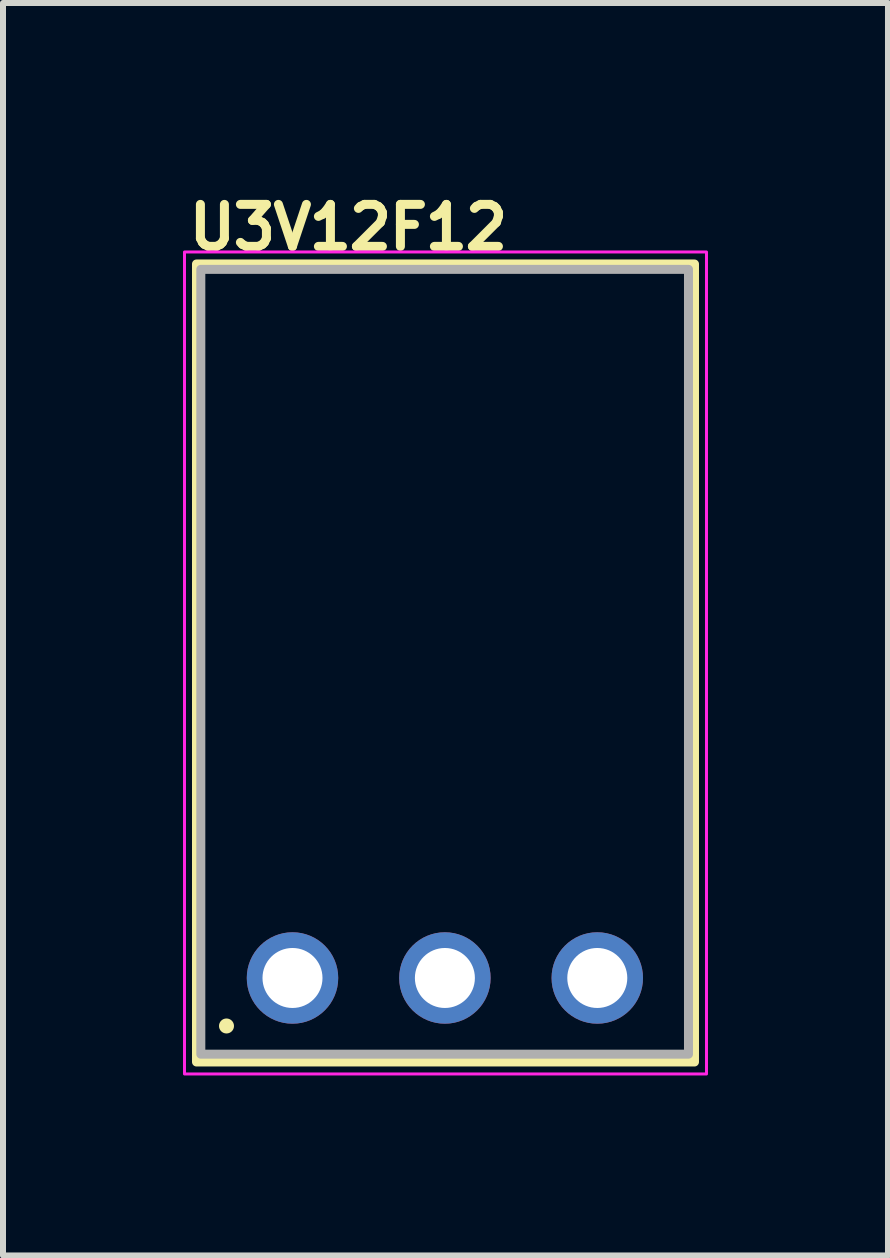
<source format=kicad_pcb>
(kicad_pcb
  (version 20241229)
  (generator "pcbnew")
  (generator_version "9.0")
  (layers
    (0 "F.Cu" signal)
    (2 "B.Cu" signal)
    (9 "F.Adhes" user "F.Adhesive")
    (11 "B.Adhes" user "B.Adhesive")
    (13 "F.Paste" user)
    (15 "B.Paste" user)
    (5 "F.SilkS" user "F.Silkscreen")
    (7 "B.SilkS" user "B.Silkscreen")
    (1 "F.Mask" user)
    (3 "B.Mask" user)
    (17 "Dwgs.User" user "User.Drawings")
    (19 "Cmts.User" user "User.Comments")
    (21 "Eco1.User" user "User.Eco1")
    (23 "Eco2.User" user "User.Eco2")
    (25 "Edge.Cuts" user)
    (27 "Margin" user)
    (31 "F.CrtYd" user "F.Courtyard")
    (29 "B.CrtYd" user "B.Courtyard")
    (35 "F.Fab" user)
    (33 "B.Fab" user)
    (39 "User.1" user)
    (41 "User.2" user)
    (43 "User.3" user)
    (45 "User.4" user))
  (footprint "U3V12F12"
    (layer "F.Cu")
    (at 1.825 13.25)
    (property "Reference" "U3V12F12" (at -1.8 -12.1 0) (unlocked yes) (layer "F.SilkS") (effects (font (size 0.7 0.7) (thickness 0.15)) (justify left bottom)))
    (attr through_hole)
    (fp_rect (start -1.6 -11.9) (end 6.7 1.4) (stroke (width 0.15) (type default)) (fill no) (layer "F.SilkS"))
    (fp_circle (center -1.1 0.8) (end -1.05 0.8) (stroke (width 0.15) (type solid)) (fill yes) (layer "F.SilkS"))
    (fp_rect (start -1.8 -12.1) (end 6.9 1.6) (stroke (width 0.05) (type solid)) (fill no) (layer "F.CrtYd"))
    (fp_rect (start -1.528 -11.811) (end 6.6 1.27) (stroke (width 0.15) (type solid)) (fill no) (layer "F.Fab"))
    (fp_rect (start -1.528 -11.811) (end 6.6 1.27) (stroke (width 0.1) (type solid)) (fill no) (layer "User.5"))
    (fp_line (start -1.513 -11.811) (end -1.513 1.27) (stroke (width 0.02) (type solid)) (layer "User.9"))
    (fp_line (start -1.513 1.27) (end 6.615 1.27) (stroke (width 0.02) (type solid)) (layer "User.9"))
    (fp_line (start -1.107 -7.493) (end -0.809 -7.493) (stroke (width 0.02) (type solid)) (layer "User.9"))
    (fp_line (start -1.107 -5.817) (end -1.107 -7.493) (stroke (width 0.02) (type solid)) (layer "User.9"))
    (fp_line (start -1.107 -5.817) (end -1.065 -5.859) (stroke (width 0.02) (type solid)) (layer "User.9"))
    (fp_line (start -1.065 -7.451) (end -1.107 -7.493) (stroke (width 0.02) (type solid)) (layer "User.9"))
    (fp_line (start -1.065 -7.451) (end -1.062 -7.448) (stroke (width 0.02) (type solid)) (layer "User.9"))
    (fp_line (start -1.065 -7.451) (end 1.849 -7.451) (stroke (width 0.02) (type solid)) (layer "User.9"))
    (fp_line (start -1.065 -5.859) (end -1.065 -7.451) (stroke (width 0.02) (type solid)) (layer "User.9"))
    (fp_line (start -1.062 -7.448) (end -1.056 -7.443) (stroke (width 0.02) (type solid)) (layer "User.9"))
    (fp_line (start -1.062 -5.861) (end -1.065 -5.859) (stroke (width 0.02) (type solid)) (layer "User.9"))
    (fp_line (start -1.056 -7.443) (end -1.04 -7.426) (stroke (width 0.02) (type solid)) (layer "User.9"))
    (fp_line (start -1.056 -5.867) (end -1.062 -5.861) (stroke (width 0.02) (type solid)) (layer "User.9"))
    (fp_line (start -1.04 -7.426) (end -1.04 -5.884) (stroke (width 0.02) (type solid)) (layer "User.9"))
    (fp_line (start -1.04 -5.884) (end -1.056 -5.867) (stroke (width 0.02) (type solid)) (layer "User.9"))
    (fp_line (start -1.04 -5.884) (end 1.824 -5.884) (stroke (width 0.02) (type solid)) (layer "User.9"))
    (fp_line (start -0.809 -8.046) (end -0.809 -8.184) (stroke (width 0.02) (type solid)) (layer "User.9"))
    (fp_line (start -0.809 -8.027) (end -0.809 -8.046) (stroke (width 0.02) (type solid)) (layer "User.9"))
    (fp_line (start -0.809 -8.009) (end -0.809 -8.027) (stroke (width 0.02) (type solid)) (layer "User.9"))
    (fp_line (start -0.809 -7.991) (end -0.809 -8.009) (stroke (width 0.02) (type solid)) (layer "User.9"))
    (fp_line (start -0.809 -7.974) (end -0.809 -7.991) (stroke (width 0.02) (type solid)) (layer "User.9"))
    (fp_line (start -0.809 -7.959) (end -0.809 -7.974) (stroke (width 0.02) (type solid)) (layer "User.9"))
    (fp_line (start -0.809 -7.944) (end -0.809 -7.959) (stroke (width 0.02) (type solid)) (layer "User.9"))
    (fp_line (start -0.809 -7.931) (end -0.809 -7.944) (stroke (width 0.02) (type solid)) (layer "User.9"))
    (fp_line (start -0.809 -7.919) (end -0.809 -7.931) (stroke (width 0.02) (type solid)) (layer "User.9"))
    (fp_line (start -0.809 -7.909) (end -0.809 -7.919) (stroke (width 0.02) (type solid)) (layer "User.9"))
    (fp_line (start -0.809 -7.901) (end -0.809 -7.909) (stroke (width 0.02) (type solid)) (layer "User.9"))
    (fp_line (start -0.809 -7.894) (end -0.809 -7.901) (stroke (width 0.02) (type solid)) (layer "User.9"))
    (fp_line (start -0.809 -7.889) (end -0.809 -7.894) (stroke (width 0.02) (type solid)) (layer "User.9"))
    (fp_line (start -0.809 -7.887) (end -0.809 -7.889) (stroke (width 0.02) (type solid)) (layer "User.9"))
    (fp_line (start -0.809 -7.886) (end -0.809 -7.887) (stroke (width 0.02) (type solid)) (layer "User.9"))
    (fp_line (start -0.809 -7.884) (end -0.809 -7.886) (stroke (width 0.02) (type solid)) (layer "User.9"))
    (fp_line (start -0.809 -7.881) (end -0.809 -7.884) (stroke (width 0.02) (type solid)) (layer "User.9"))
    (fp_line (start -0.809 -7.875) (end -0.809 -7.881) (stroke (width 0.02) (type solid)) (layer "User.9"))
    (fp_line (start -0.809 -7.867) (end -0.809 -7.875) (stroke (width 0.02) (type solid)) (layer "User.9"))
    (fp_line (start -0.809 -7.856) (end -0.809 -7.867) (stroke (width 0.02) (type solid)) (layer "User.9"))
    (fp_line (start -0.809 -7.844) (end -0.809 -7.856) (stroke (width 0.02) (type solid)) (layer "User.9"))
    (fp_line (start -0.809 -7.83) (end -0.809 -7.844) (stroke (width 0.02) (type solid)) (layer "User.9"))
    (fp_line (start -0.809 -7.814) (end -0.809 -7.83) (stroke (width 0.02) (type solid)) (layer "User.9"))
    (fp_line (start -0.809 -7.796) (end -0.809 -7.814) (stroke (width 0.02) (type solid)) (layer "User.9"))
    (fp_line (start -0.809 -7.778) (end -0.809 -7.796) (stroke (width 0.02) (type solid)) (layer "User.9"))
    (fp_line (start -0.809 -7.758) (end -0.809 -7.778) (stroke (width 0.02) (type solid)) (layer "User.9"))
    (fp_line (start -0.809 -7.738) (end -0.809 -7.758) (stroke (width 0.02) (type solid)) (layer "User.9"))
    (fp_line (start -0.809 -7.716) (end -0.809 -7.738) (stroke (width 0.02) (type solid)) (layer "User.9"))
    (fp_line (start -0.809 -7.695) (end -0.809 -7.716) (stroke (width 0.02) (type solid)) (layer "User.9"))
    (fp_line (start -0.809 -7.695) (end -0.809 -7.493) (stroke (width 0.02) (type solid)) (layer "User.9"))
    (fp_line (start -0.809 -7.493) (end -0.312 -7.493) (stroke (width 0.02) (type solid)) (layer "User.9"))
    (fp_line (start -0.809 -5.817) (end -1.107 -5.817) (stroke (width 0.02) (type solid)) (layer "User.9"))
    (fp_line (start -0.809 -5.614) (end -0.809 -5.817) (stroke (width 0.02) (type solid)) (layer "User.9"))
    (fp_line (start -0.809 -5.593) (end -0.809 -5.614) (stroke (width 0.02) (type solid)) (layer "User.9"))
    (fp_line (start -0.809 -5.572) (end -0.809 -5.593) (stroke (width 0.02) (type solid)) (layer "User.9"))
    (fp_line (start -0.809 -5.552) (end -0.809 -5.572) (stroke (width 0.02) (type solid)) (layer "User.9"))
    (fp_line (start -0.809 -5.532) (end -0.809 -5.552) (stroke (width 0.02) (type solid)) (layer "User.9"))
    (fp_line (start -0.809 -5.513) (end -0.809 -5.532) (stroke (width 0.02) (type solid)) (layer "User.9"))
    (fp_line (start -0.809 -5.496) (end -0.809 -5.513) (stroke (width 0.02) (type solid)) (layer "User.9"))
    (fp_line (start -0.809 -5.48) (end -0.809 -5.496) (stroke (width 0.02) (type solid)) (layer "User.9"))
    (fp_line (start -0.809 -5.466) (end -0.809 -5.48) (stroke (width 0.02) (type solid)) (layer "User.9"))
    (fp_line (start -0.809 -5.453) (end -0.809 -5.466) (stroke (width 0.02) (type solid)) (layer "User.9"))
    (fp_line (start -0.809 -5.443) (end -0.809 -5.453) (stroke (width 0.02) (type solid)) (layer "User.9"))
    (fp_line (start -0.809 -5.435) (end -0.809 -5.443) (stroke (width 0.02) (type solid)) (layer "User.9"))
    (fp_line (start -0.809 -5.429) (end -0.809 -5.435) (stroke (width 0.02) (type solid)) (layer "User.9"))
    (fp_line (start -0.809 -5.425) (end -0.809 -5.429) (stroke (width 0.02) (type solid)) (layer "User.9"))
    (fp_line (start -0.809 -5.424) (end -0.809 -5.425) (stroke (width 0.02) (type solid)) (layer "User.9"))
    (fp_line (start -0.809 -5.423) (end -0.809 -5.424) (stroke (width 0.02) (type solid)) (layer "User.9"))
    (fp_line (start -0.809 -5.42) (end -0.809 -5.423) (stroke (width 0.02) (type solid)) (layer "User.9"))
    (fp_line (start -0.809 -5.415) (end -0.809 -5.42) (stroke (width 0.02) (type solid)) (layer "User.9"))
    (fp_line (start -0.809 -5.409) (end -0.809 -5.415) (stroke (width 0.02) (type solid)) (layer "User.9"))
    (fp_line (start -0.809 -5.4) (end -0.809 -5.409) (stroke (width 0.02) (type solid)) (layer "User.9"))
    (fp_line (start -0.809 -5.39) (end -0.809 -5.4) (stroke (width 0.02) (type solid)) (layer "User.9"))
    (fp_line (start -0.809 -5.379) (end -0.809 -5.39) (stroke (width 0.02) (type solid)) (layer "User.9"))
    (fp_line (start -0.809 -5.365) (end -0.809 -5.379) (stroke (width 0.02) (type solid)) (layer "User.9"))
    (fp_line (start -0.809 -5.351) (end -0.809 -5.365) (stroke (width 0.02) (type solid)) (layer "User.9"))
    (fp_line (start -0.809 -5.335) (end -0.809 -5.351) (stroke (width 0.02) (type solid)) (layer "User.9"))
    (fp_line (start -0.809 -5.318) (end -0.809 -5.335) (stroke (width 0.02) (type solid)) (layer "User.9"))
    (fp_line (start -0.809 -5.301) (end -0.809 -5.318) (stroke (width 0.02) (type solid)) (layer "User.9"))
    (fp_line (start -0.809 -5.283) (end -0.809 -5.301) (stroke (width 0.02) (type solid)) (layer "User.9"))
    (fp_line (start -0.809 -5.264) (end -0.809 -5.283) (stroke (width 0.02) (type solid)) (layer "User.9"))
    (fp_line (start -0.809 -5.126) (end -0.809 -5.264) (stroke (width 0.02) (type solid)) (layer "User.9"))
    (fp_line (start -0.569 -1.484) (end -0.569 -2.834) (stroke (width 0.02) (type solid)) (layer "User.9"))
    (fp_line (start -0.509 -3.208) (end -0.509 -4.108) (stroke (width 0.02) (type solid)) (layer "User.9"))
    (fp_line (start -0.497 0) (end -0.493 0.061) (stroke (width 0.02) (type solid)) (layer "User.9"))
    (fp_line (start -0.493 -0.061) (end -0.497 0) (stroke (width 0.02) (type solid)) (layer "User.9"))
    (fp_line (start -0.493 0.061) (end -0.482 0.122) (stroke (width 0.02) (type solid)) (layer "User.9"))
    (fp_line (start -0.483 -9.873) (end -0.033 -9.873) (stroke (width 0.02) (type solid)) (layer "User.9"))
    (fp_line (start -0.483 -8.923) (end -0.483 -9.873) (stroke (width 0.02) (type solid)) (layer "User.9"))
    (fp_line (start -0.482 -0.122) (end -0.493 -0.061) (stroke (width 0.02) (type solid)) (layer "User.9"))
    (fp_line (start -0.482 0.122) (end -0.464 0.18) (stroke (width 0.02) (type solid)) (layer "User.9"))
    (fp_line (start -0.464 -0.18) (end -0.482 -0.122) (stroke (width 0.02) (type solid)) (layer "User.9"))
    (fp_line (start -0.464 0.18) (end -0.439 0.236) (stroke (width 0.02) (type solid)) (layer "User.9"))
    (fp_line (start -0.458 -11.245) (end -0.458 -10.345) (stroke (width 0.02) (type solid)) (layer "User.9"))
    (fp_line (start -0.458 -11.245) (end -0.158 -11.245) (stroke (width 0.02) (type solid)) (layer "User.9"))
    (fp_line (start -0.458 -10.345) (end -0.158 -10.345) (stroke (width 0.02) (type solid)) (layer "User.9"))
    (fp_line (start -0.439 -0.236) (end -0.464 -0.18) (stroke (width 0.02) (type solid)) (layer "User.9"))
    (fp_line (start -0.439 0.236) (end -0.407 0.289) (stroke (width 0.02) (type solid)) (layer "User.9"))
    (fp_line (start -0.407 -0.289) (end -0.439 -0.236) (stroke (width 0.02) (type solid)) (layer "User.9"))
    (fp_line (start -0.407 0.289) (end -0.369 0.337) (stroke (width 0.02) (type solid)) (layer "User.9"))
    (fp_line (start -0.369 -0.337) (end -0.407 -0.289) (stroke (width 0.02) (type solid)) (layer "User.9"))
    (fp_line (start -0.369 0.337) (end -0.326 0.38) (stroke (width 0.02) (type solid)) (layer "User.9"))
    (fp_line (start -0.326 -0.38) (end -0.369 -0.337) (stroke (width 0.02) (type solid)) (layer "User.9"))
    (fp_line (start -0.326 0.38) (end -0.278 0.418) (stroke (width 0.02) (type solid)) (layer "User.9"))
    (fp_line (start -0.313 -0.32) (end 0.327 -0.32) (stroke (width 0.02) (type solid)) (layer "User.9"))
    (fp_line (start -0.313 0.32) (end -0.313 -0.32) (stroke (width 0.02) (type solid)) (layer "User.9"))
    (fp_line (start -0.313 0.32) (end -0.113 0.12) (stroke (width 0.02) (type solid)) (layer "User.9"))
    (fp_line (start -0.312 -8.184) (end -0.809 -8.184) (stroke (width 0.02) (type solid)) (layer "User.9"))
    (fp_line (start -0.312 -8.184) (end -0.312 -8.046) (stroke (width 0.02) (type solid)) (layer "User.9"))
    (fp_line (start -0.312 -8.046) (end -0.809 -8.046) (stroke (width 0.02) (type solid)) (layer "User.9"))
    (fp_line (start -0.312 -8.046) (end -0.312 -8.027) (stroke (width 0.02) (type solid)) (layer "User.9"))
    (fp_line (start -0.312 -8.027) (end -0.312 -8.009) (stroke (width 0.02) (type solid)) (layer "User.9"))
    (fp_line (start -0.312 -8.009) (end -0.312 -7.991) (stroke (width 0.02) (type solid)) (layer "User.9"))
    (fp_line (start -0.312 -7.991) (end -0.312 -7.974) (stroke (width 0.02) (type solid)) (layer "User.9"))
    (fp_line (start -0.312 -7.974) (end -0.312 -7.959) (stroke (width 0.02) (type solid)) (layer "User.9"))
    (fp_line (start -0.312 -7.959) (end -0.312 -7.944) (stroke (width 0.02) (type solid)) (layer "User.9"))
    (fp_line (start -0.312 -7.944) (end -0.312 -7.931) (stroke (width 0.02) (type solid)) (layer "User.9"))
    (fp_line (start -0.312 -7.931) (end -0.312 -7.919) (stroke (width 0.02) (type solid)) (layer "User.9"))
    (fp_line (start -0.312 -7.919) (end -0.312 -7.909) (stroke (width 0.02) (type solid)) (layer "User.9"))
    (fp_line (start -0.312 -7.909) (end -0.312 -7.901) (stroke (width 0.02) (type solid)) (layer "User.9"))
    (fp_line (start -0.312 -7.901) (end -0.312 -7.894) (stroke (width 0.02) (type solid)) (layer "User.9"))
    (fp_line (start -0.312 -7.894) (end -0.312 -7.889) (stroke (width 0.02) (type solid)) (layer "User.9"))
    (fp_line (start -0.312 -7.889) (end -0.312 -7.887) (stroke (width 0.02) (type solid)) (layer "User.9"))
    (fp_line (start -0.312 -7.887) (end -0.312 -7.886) (stroke (width 0.02) (type solid)) (layer "User.9"))
    (fp_line (start -0.312 -7.886) (end -0.809 -7.886) (stroke (width 0.02) (type solid)) (layer "User.9"))
    (fp_line (start -0.312 -7.886) (end -0.312 -7.884) (stroke (width 0.02) (type solid)) (layer "User.9"))
    (fp_line (start -0.312 -7.884) (end -0.312 -7.881) (stroke (width 0.02) (type solid)) (layer "User.9"))
    (fp_line (start -0.312 -7.881) (end -0.312 -7.875) (stroke (width 0.02) (type solid)) (layer "User.9"))
    (fp_line (start -0.312 -7.875) (end -0.312 -7.867) (stroke (width 0.02) (type solid)) (layer "User.9"))
    (fp_line (start -0.312 -7.867) (end -0.312 -7.856) (stroke (width 0.02) (type solid)) (layer "User.9"))
    (fp_line (start -0.312 -7.856) (end -0.312 -7.844) (stroke (width 0.02) (type solid)) (layer "User.9"))
    (fp_line (start -0.312 -7.844) (end -0.312 -7.83) (stroke (width 0.02) (type solid)) (layer "User.9"))
    (fp_line (start -0.312 -7.83) (end -0.312 -7.814) (stroke (width 0.02) (type solid)) (layer "User.9"))
    (fp_line (start -0.312 -7.814) (end -0.312 -7.796) (stroke (width 0.02) (type solid)) (layer "User.9"))
    (fp_line (start -0.312 -7.796) (end -0.312 -7.778) (stroke (width 0.02) (type solid)) (layer "User.9"))
    (fp_line (start -0.312 -7.778) (end -0.312 -7.758) (stroke (width 0.02) (type solid)) (layer "User.9"))
    (fp_line (start -0.312 -7.758) (end -0.312 -7.738) (stroke (width 0.02) (type solid)) (layer "User.9"))
    (fp_line (start -0.312 -7.738) (end -0.312 -7.716) (stroke (width 0.02) (type solid)) (layer "User.9"))
    (fp_line (start -0.312 -7.716) (end -0.312 -7.695) (stroke (width 0.02) (type solid)) (layer "User.9"))
    (fp_line (start -0.312 -7.695) (end -0.809 -7.695) (stroke (width 0.02) (type solid)) (layer "User.9"))
    (fp_line (start -0.312 -7.695) (end -0.312 -7.493) (stroke (width 0.02) (type solid)) (layer "User.9"))
    (fp_line (start -0.312 -7.493) (end 0.143 -7.493) (stroke (width 0.02) (type solid)) (layer "User.9"))
    (fp_line (start -0.312 -5.817) (end -0.809 -5.817) (stroke (width 0.02) (type solid)) (layer "User.9"))
    (fp_line (start -0.312 -5.614) (end -0.809 -5.614) (stroke (width 0.02) (type solid)) (layer "User.9"))
    (fp_line (start -0.312 -5.614) (end -0.312 -5.817) (stroke (width 0.02) (type solid)) (layer "User.9"))
    (fp_line (start -0.312 -5.614) (end -0.312 -5.593) (stroke (width 0.02) (type solid)) (layer "User.9"))
    (fp_line (start -0.312 -5.593) (end -0.312 -5.572) (stroke (width 0.02) (type solid)) (layer "User.9"))
    (fp_line (start -0.312 -5.572) (end -0.312 -5.552) (stroke (width 0.02) (type solid)) (layer "User.9"))
    (fp_line (start -0.312 -5.552) (end -0.312 -5.532) (stroke (width 0.02) (type solid)) (layer "User.9"))
    (fp_line (start -0.312 -5.532) (end -0.312 -5.513) (stroke (width 0.02) (type solid)) (layer "User.9"))
    (fp_line (start -0.312 -5.513) (end -0.312 -5.496) (stroke (width 0.02) (type solid)) (layer "User.9"))
    (fp_line (start -0.312 -5.496) (end -0.312 -5.48) (stroke (width 0.02) (type solid)) (layer "User.9"))
    (fp_line (start -0.312 -5.48) (end -0.312 -5.466) (stroke (width 0.02) (type solid)) (layer "User.9"))
    (fp_line (start -0.312 -5.466) (end -0.312 -5.453) (stroke (width 0.02) (type solid)) (layer "User.9"))
    (fp_line (start -0.312 -5.453) (end -0.312 -5.443) (stroke (width 0.02) (type solid)) (layer "User.9"))
    (fp_line (start -0.312 -5.443) (end -0.312 -5.435) (stroke (width 0.02) (type solid)) (layer "User.9"))
    (fp_line (start -0.312 -5.435) (end -0.312 -5.429) (stroke (width 0.02) (type solid)) (layer "User.9"))
    (fp_line (start -0.312 -5.429) (end -0.312 -5.425) (stroke (width 0.02) (type solid)) (layer "User.9"))
    (fp_line (start -0.312 -5.425) (end -0.312 -5.424) (stroke (width 0.02) (type solid)) (layer "User.9"))
    (fp_line (start -0.312 -5.424) (end -0.809 -5.424) (stroke (width 0.02) (type solid)) (layer "User.9"))
    (fp_line (start -0.312 -5.424) (end -0.312 -5.423) (stroke (width 0.02) (type solid)) (layer "User.9"))
    (fp_line (start -0.312 -5.423) (end -0.312 -5.42) (stroke (width 0.02) (type solid)) (layer "User.9"))
    (fp_line (start -0.312 -5.42) (end -0.312 -5.415) (stroke (width 0.02) (type solid)) (layer "User.9"))
    (fp_line (start -0.312 -5.415) (end -0.312 -5.409) (stroke (width 0.02) (type solid)) (layer "User.9"))
    (fp_line (start -0.312 -5.409) (end -0.312 -5.4) (stroke (width 0.02) (type solid)) (layer "User.9"))
    (fp_line (start -0.312 -5.4) (end -0.312 -5.39) (stroke (width 0.02) (type solid)) (layer "User.9"))
    (fp_line (start -0.312 -5.39) (end -0.312 -5.379) (stroke (width 0.02) (type solid)) (layer "User.9"))
    (fp_line (start -0.312 -5.379) (end -0.312 -5.365) (stroke (width 0.02) (type solid)) (layer "User.9"))
    (fp_line (start -0.312 -5.365) (end -0.312 -5.351) (stroke (width 0.02) (type solid)) (layer "User.9"))
    (fp_line (start -0.312 -5.351) (end -0.312 -5.335) (stroke (width 0.02) (type solid)) (layer "User.9"))
    (fp_line (start -0.312 -5.335) (end -0.312 -5.318) (stroke (width 0.02) (type solid)) (layer "User.9"))
    (fp_line (start -0.312 -5.318) (end -0.312 -5.301) (stroke (width 0.02) (type solid)) (layer "User.9"))
    (fp_line (start -0.312 -5.301) (end -0.312 -5.283) (stroke (width 0.02) (type solid)) (layer "User.9"))
    (fp_line (start -0.312 -5.283) (end -0.312 -5.264) (stroke (width 0.02) (type solid)) (layer "User.9"))
    (fp_line (start -0.312 -5.264) (end -0.809 -5.264) (stroke (width 0.02) (type solid)) (layer "User.9"))
    (fp_line (start -0.312 -5.264) (end -0.312 -5.126) (stroke (width 0.02) (type solid)) (layer "User.9"))
    (fp_line (start -0.312 -5.126) (end -0.809 -5.126) (stroke (width 0.02) (type solid)) (layer "User.9"))
    (fp_line (start -0.278 -0.418) (end -0.326 -0.38) (stroke (width 0.02) (type solid)) (layer "User.9"))
    (fp_line (start -0.278 0.418) (end -0.225 0.45) (stroke (width 0.02) (type solid)) (layer "User.9"))
    (fp_line (start -0.225 -0.45) (end -0.278 -0.418) (stroke (width 0.02) (type solid)) (layer "User.9"))
    (fp_line (start -0.225 0.45) (end -0.169 0.475) (stroke (width 0.02) (type solid)) (layer "User.9"))
    (fp_line (start -0.209 -4.109) (end 0.891 -4.109) (stroke (width 0.02) (type solid)) (layer "User.9"))
    (fp_line (start -0.209 -4.109) (end 0.891 -4.109) (stroke (width 0.02) (type solid)) (layer "User.9"))
    (fp_line (start -0.209 -4.108) (end -0.509 -4.108) (stroke (width 0.02) (type solid)) (layer "User.9"))
    (fp_line (start -0.209 -3.208) (end -0.509 -3.208) (stroke (width 0.02) (type solid)) (layer "User.9"))
    (fp_line (start -0.169 -0.475) (end -0.225 -0.45) (stroke (width 0.02) (type solid)) (layer "User.9"))
    (fp_line (start -0.169 0.475) (end -0.111 0.493) (stroke (width 0.02) (type solid)) (layer "User.9"))
    (fp_line (start -0.158 -11.246) (end 0.942 -11.246) (stroke (width 0.02) (type solid)) (layer "User.9"))
    (fp_line (start -0.158 -11.246) (end 0.942 -11.246) (stroke (width 0.02) (type solid)) (layer "User.9"))
    (fp_line (start -0.113 -0.12) (end -0.313 -0.32) (stroke (width 0.02) (type solid)) (layer "User.9"))
    (fp_line (start -0.113 -0.12) (end -0.113 0.12) (stroke (width 0.02) (type solid)) (layer "User.9"))
    (fp_line (start -0.113 0.12) (end 0.127 0.12) (stroke (width 0.02) (type solid)) (layer "User.9"))
    (fp_line (start -0.111 -0.493) (end -0.169 -0.475) (stroke (width 0.02) (type solid)) (layer "User.9"))
    (fp_line (start -0.111 0.493) (end -0.05 0.504) (stroke (width 0.02) (type solid)) (layer "User.9"))
    (fp_line (start -0.069 -2.835) (end 1.031 -2.835) (stroke (width 0.02) (type solid)) (layer "User.9"))
    (fp_line (start -0.069 -2.835) (end 1.031 -2.835) (stroke (width 0.02) (type solid)) (layer "User.9"))
    (fp_line (start -0.069 -2.834) (end -0.569 -2.834) (stroke (width 0.02) (type solid)) (layer "User.9"))
    (fp_line (start -0.069 -1.484) (end -0.569 -1.484) (stroke (width 0.02) (type solid)) (layer "User.9"))
    (fp_line (start -0.05 -0.504) (end -0.111 -0.493) (stroke (width 0.02) (type solid)) (layer "User.9"))
    (fp_line (start -0.05 0.504) (end 0.011 0.508) (stroke (width 0.02) (type solid)) (layer "User.9"))
    (fp_line (start -0.033 -9.873) (end -0.033 -8.923) (stroke (width 0.02) (type solid)) (layer "User.9"))
    (fp_line (start -0.033 -8.923) (end -0.483 -8.923) (stroke (width 0.02) (type solid)) (layer "User.9"))
    (fp_line (start -0.033 -8.923) (end 0.817 -8.923) (stroke (width 0.02) (type solid)) (layer "User.9"))
    (fp_line (start 0.011 -0.508) (end -0.05 -0.504) (stroke (width 0.02) (type solid)) (layer "User.9"))
    (fp_line (start 0.011 0.508) (end 0.072 0.504) (stroke (width 0.02) (type solid)) (layer "User.9"))
    (fp_line (start 0.072 -0.504) (end 0.011 -0.508) (stroke (width 0.02) (type solid)) (layer "User.9"))
    (fp_line (start 0.072 0.504) (end 0.133 0.493) (stroke (width 0.02) (type solid)) (layer "User.9"))
    (fp_line (start 0.127 -0.12) (end -0.113 -0.12) (stroke (width 0.02) (type solid)) (layer "User.9"))
    (fp_line (start 0.127 0.12) (end 0.127 -0.12) (stroke (width 0.02) (type solid)) (layer "User.9"))
    (fp_line (start 0.133 -0.493) (end 0.072 -0.504) (stroke (width 0.02) (type solid)) (layer "User.9"))
    (fp_line (start 0.133 0.493) (end 0.191 0.475) (stroke (width 0.02) (type solid)) (layer "User.9"))
    (fp_line (start 0.143 -8.046) (end 0.143 -8.184) (stroke (width 0.02) (type solid)) (layer "User.9"))
    (fp_line (start 0.143 -8.027) (end 0.143 -8.046) (stroke (width 0.02) (type solid)) (layer "User.9"))
    (fp_line (start 0.143 -8.009) (end 0.143 -8.027) (stroke (width 0.02) (type solid)) (layer "User.9"))
    (fp_line (start 0.143 -7.991) (end 0.143 -8.009) (stroke (width 0.02) (type solid)) (layer "User.9"))
    (fp_line (start 0.143 -7.974) (end 0.143 -7.991) (stroke (width 0.02) (type solid)) (layer "User.9"))
    (fp_line (start 0.143 -7.959) (end 0.143 -7.974) (stroke (width 0.02) (type solid)) (layer "User.9"))
    (fp_line (start 0.143 -7.944) (end 0.143 -7.959) (stroke (width 0.02) (type solid)) (layer "User.9"))
    (fp_line (start 0.143 -7.931) (end 0.143 -7.944) (stroke (width 0.02) (type solid)) (layer "User.9"))
    (fp_line (start 0.143 -7.919) (end 0.143 -7.931) (stroke (width 0.02) (type solid)) (layer "User.9"))
    (fp_line (start 0.143 -7.909) (end 0.143 -7.919) (stroke (width 0.02) (type solid)) (layer "User.9"))
    (fp_line (start 0.143 -7.901) (end 0.143 -7.909) (stroke (width 0.02) (type solid)) (layer "User.9"))
    (fp_line (start 0.143 -7.894) (end 0.143 -7.901) (stroke (width 0.02) (type solid)) (layer "User.9"))
    (fp_line (start 0.143 -7.889) (end 0.143 -7.894) (stroke (width 0.02) (type solid)) (layer "User.9"))
    (fp_line (start 0.143 -7.887) (end 0.143 -7.889) (stroke (width 0.02) (type solid)) (layer "User.9"))
    (fp_line (start 0.143 -7.886) (end 0.143 -7.887) (stroke (width 0.02) (type solid)) (layer "User.9"))
    (fp_line (start 0.143 -7.884) (end 0.143 -7.886) (stroke (width 0.02) (type solid)) (layer "User.9"))
    (fp_line (start 0.143 -7.881) (end 0.143 -7.884) (stroke (width 0.02) (type solid)) (layer "User.9"))
    (fp_line (start 0.143 -7.875) (end 0.143 -7.881) (stroke (width 0.02) (type solid)) (layer "User.9"))
    (fp_line (start 0.143 -7.867) (end 0.143 -7.875) (stroke (width 0.02) (type solid)) (layer "User.9"))
    (fp_line (start 0.143 -7.856) (end 0.143 -7.867) (stroke (width 0.02) (type solid)) (layer "User.9"))
    (fp_line (start 0.143 -7.844) (end 0.143 -7.856) (stroke (width 0.02) (type solid)) (layer "User.9"))
    (fp_line (start 0.143 -7.83) (end 0.143 -7.844) (stroke (width 0.02) (type solid)) (layer "User.9"))
    (fp_line (start 0.143 -7.814) (end 0.143 -7.83) (stroke (width 0.02) (type solid)) (layer "User.9"))
    (fp_line (start 0.143 -7.796) (end 0.143 -7.814) (stroke (width 0.02) (type solid)) (layer "User.9"))
    (fp_line (start 0.143 -7.778) (end 0.143 -7.796) (stroke (width 0.02) (type solid)) (layer "User.9"))
    (fp_line (start 0.143 -7.758) (end 0.143 -7.778) (stroke (width 0.02) (type solid)) (layer "User.9"))
    (fp_line (start 0.143 -7.738) (end 0.143 -7.758) (stroke (width 0.02) (type solid)) (layer "User.9"))
    (fp_line (start 0.143 -7.716) (end 0.143 -7.738) (stroke (width 0.02) (type solid)) (layer "User.9"))
    (fp_line (start 0.143 -7.695) (end 0.143 -7.716) (stroke (width 0.02) (type solid)) (layer "User.9"))
    (fp_line (start 0.143 -7.695) (end 0.143 -7.493) (stroke (width 0.02) (type solid)) (layer "User.9"))
    (fp_line (start 0.143 -7.493) (end 0.641 -7.493) (stroke (width 0.02) (type solid)) (layer "User.9"))
    (fp_line (start 0.191 -0.475) (end 0.133 -0.493) (stroke (width 0.02) (type solid)) (layer "User.9"))
    (fp_line (start 0.191 0.475) (end 0.247 0.45) (stroke (width 0.02) (type solid)) (layer "User.9"))
    (fp_line (start 0.247 -0.45) (end 0.191 -0.475) (stroke (width 0.02) (type solid)) (layer "User.9"))
    (fp_line (start 0.247 0.45) (end 0.3 0.418) (stroke (width 0.02) (type solid)) (layer "User.9"))
    (fp_line (start 0.3 -0.418) (end 0.247 -0.45) (stroke (width 0.02) (type solid)) (layer "User.9"))
    (fp_line (start 0.3 0.418) (end 0.348 0.38) (stroke (width 0.02) (type solid)) (layer "User.9"))
    (fp_line (start 0.327 -0.32) (end 0.127 -0.12) (stroke (width 0.02) (type solid)) (layer "User.9"))
    (fp_line (start 0.327 -0.32) (end 0.327 0.32) (stroke (width 0.02) (type solid)) (layer "User.9"))
    (fp_line (start 0.327 0.32) (end -0.313 0.32) (stroke (width 0.02) (type solid)) (layer "User.9"))
    (fp_line (start 0.327 0.32) (end 0.127 0.12) (stroke (width 0.02) (type solid)) (layer "User.9"))
    (fp_line (start 0.348 -0.38) (end 0.3 -0.418) (stroke (width 0.02) (type solid)) (layer "User.9"))
    (fp_line (start 0.348 0.38) (end 0.391 0.337) (stroke (width 0.02) (type solid)) (layer "User.9"))
    (fp_line (start 0.391 -0.337) (end 0.348 -0.38) (stroke (width 0.02) (type solid)) (layer "User.9"))
    (fp_line (start 0.391 0.337) (end 0.429 0.289) (stroke (width 0.02) (type solid)) (layer "User.9"))
    (fp_line (start 0.429 -0.289) (end 0.391 -0.337) (stroke (width 0.02) (type solid)) (layer "User.9"))
    (fp_line (start 0.429 0.289) (end 0.461 0.236) (stroke (width 0.02) (type solid)) (layer "User.9"))
    (fp_line (start 0.461 -0.236) (end 0.429 -0.289) (stroke (width 0.02) (type solid)) (layer "User.9"))
    (fp_line (start 0.461 0.236) (end 0.486 0.18) (stroke (width 0.02) (type solid)) (layer "User.9"))
    (fp_line (start 0.486 -0.18) (end 0.461 -0.236) (stroke (width 0.02) (type solid)) (layer "User.9"))
    (fp_line (start 0.486 0.18) (end 0.504 0.122) (stroke (width 0.02) (type solid)) (layer "User.9"))
    (fp_line (start 0.504 -0.122) (end 0.486 -0.18) (stroke (width 0.02) (type solid)) (layer "User.9"))
    (fp_line (start 0.504 0.122) (end 0.515 0.061) (stroke (width 0.02) (type solid)) (layer "User.9"))
    (fp_line (start 0.515 -0.061) (end 0.504 -0.122) (stroke (width 0.02) (type solid)) (layer "User.9"))
    (fp_line (start 0.515 0.061) (end 0.519 0) (stroke (width 0.02) (type solid)) (layer "User.9"))
    (fp_line (start 0.519 0) (end 0.515 -0.061) (stroke (width 0.02) (type solid)) (layer "User.9"))
    (fp_line (start 0.641 -8.184) (end 0.143 -8.184) (stroke (width 0.02) (type solid)) (layer "User.9"))
    (fp_line (start 0.641 -8.184) (end 0.641 -8.046) (stroke (width 0.02) (type solid)) (layer "User.9"))
    (fp_line (start 0.641 -8.046) (end 0.143 -8.046) (stroke (width 0.02) (type solid)) (layer "User.9"))
    (fp_line (start 0.641 -8.046) (end 0.641 -8.027) (stroke (width 0.02) (type solid)) (layer "User.9"))
    (fp_line (start 0.641 -8.027) (end 0.641 -8.009) (stroke (width 0.02) (type solid)) (layer "User.9"))
    (fp_line (start 0.641 -8.009) (end 0.641 -7.991) (stroke (width 0.02) (type solid)) (layer "User.9"))
    (fp_line (start 0.641 -7.991) (end 0.641 -7.974) (stroke (width 0.02) (type solid)) (layer "User.9"))
    (fp_line (start 0.641 -7.974) (end 0.641 -7.959) (stroke (width 0.02) (type solid)) (layer "User.9"))
    (fp_line (start 0.641 -7.959) (end 0.641 -7.944) (stroke (width 0.02) (type solid)) (layer "User.9"))
    (fp_line (start 0.641 -7.944) (end 0.641 -7.931) (stroke (width 0.02) (type solid)) (layer "User.9"))
    (fp_line (start 0.641 -7.931) (end 0.641 -7.919) (stroke (width 0.02) (type solid)) (layer "User.9"))
    (fp_line (start 0.641 -7.919) (end 0.641 -7.909) (stroke (width 0.02) (type solid)) (layer "User.9"))
    (fp_line (start 0.641 -7.909) (end 0.641 -7.901) (stroke (width 0.02) (type solid)) (layer "User.9"))
    (fp_line (start 0.641 -7.901) (end 0.641 -7.894) (stroke (width 0.02) (type solid)) (layer "User.9"))
    (fp_line (start 0.641 -7.894) (end 0.641 -7.889) (stroke (width 0.02) (type solid)) (layer "User.9"))
    (fp_line (start 0.641 -7.889) (end 0.641 -7.887) (stroke (width 0.02) (type solid)) (layer "User.9"))
    (fp_line (start 0.641 -7.887) (end 0.641 -7.886) (stroke (width 0.02) (type solid)) (layer "User.9"))
    (fp_line (start 0.641 -7.886) (end 0.143 -7.886) (stroke (width 0.02) (type solid)) (layer "User.9"))
    (fp_line (start 0.641 -7.886) (end 0.641 -7.884) (stroke (width 0.02) (type solid)) (layer "User.9"))
    (fp_line (start 0.641 -7.884) (end 0.641 -7.881) (stroke (width 0.02) (type solid)) (layer "User.9"))
    (fp_line (start 0.641 -7.881) (end 0.641 -7.875) (stroke (width 0.02) (type solid)) (layer "User.9"))
    (fp_line (start 0.641 -7.875) (end 0.641 -7.867) (stroke (width 0.02) (type solid)) (layer "User.9"))
    (fp_line (start 0.641 -7.867) (end 0.641 -7.856) (stroke (width 0.02) (type solid)) (layer "User.9"))
    (fp_line (start 0.641 -7.856) (end 0.641 -7.844) (stroke (width 0.02) (type solid)) (layer "User.9"))
    (fp_line (start 0.641 -7.844) (end 0.641 -7.83) (stroke (width 0.02) (type solid)) (layer "User.9"))
    (fp_line (start 0.641 -7.83) (end 0.641 -7.814) (stroke (width 0.02) (type solid)) (layer "User.9"))
    (fp_line (start 0.641 -7.814) (end 0.641 -7.796) (stroke (width 0.02) (type solid)) (layer "User.9"))
    (fp_line (start 0.641 -7.796) (end 0.641 -7.778) (stroke (width 0.02) (type solid)) (layer "User.9"))
    (fp_line (start 0.641 -7.778) (end 0.641 -7.758) (stroke (width 0.02) (type solid)) (layer "User.9"))
    (fp_line (start 0.641 -7.758) (end 0.641 -7.738) (stroke (width 0.02) (type solid)) (layer "User.9"))
    (fp_line (start 0.641 -7.738) (end 0.641 -7.716) (stroke (width 0.02) (type solid)) (layer "User.9"))
    (fp_line (start 0.641 -7.716) (end 0.641 -7.695) (stroke (width 0.02) (type solid)) (layer "User.9"))
    (fp_line (start 0.641 -7.695) (end 0.143 -7.695) (stroke (width 0.02) (type solid)) (layer "User.9"))
    (fp_line (start 0.641 -7.695) (end 0.641 -7.493) (stroke (width 0.02) (type solid)) (layer "User.9"))
    (fp_line (start 0.641 -7.493) (end 1.096 -7.493) (stroke (width 0.02) (type solid)) (layer "User.9"))
    (fp_line (start 0.817 -9.873) (end -0.033 -9.873) (stroke (width 0.02) (type solid)) (layer "User.9"))
    (fp_line (start 0.817 -9.873) (end 1.267 -9.873) (stroke (width 0.02) (type solid)) (layer "User.9"))
    (fp_line (start 0.817 -8.923) (end 0.817 -9.873) (stroke (width 0.02) (type solid)) (layer "User.9"))
    (fp_line (start 0.891 -3.207) (end -0.209 -3.207) (stroke (width 0.02) (type solid)) (layer "User.9"))
    (fp_line (start 0.891 -3.207) (end -0.209 -3.207) (stroke (width 0.02) (type solid)) (layer "User.9"))
    (fp_line (start 0.942 -11.245) (end 1.242 -11.245) (stroke (width 0.02) (type solid)) (layer "User.9"))
    (fp_line (start 0.942 -10.345) (end 1.242 -10.345) (stroke (width 0.02) (type solid)) (layer "User.9"))
    (fp_line (start 0.942 -10.344) (end -0.158 -10.344) (stroke (width 0.02) (type solid)) (layer "User.9"))
    (fp_line (start 0.942 -10.344) (end -0.158 -10.344) (stroke (width 0.02) (type solid)) (layer "User.9"))
    (fp_line (start 1.031 -1.483) (end -0.069 -1.483) (stroke (width 0.02) (type solid)) (layer "User.9"))
    (fp_line (start 1.031 -1.483) (end -0.069 -1.483) (stroke (width 0.02) (type solid)) (layer "User.9"))
    (fp_line (start 1.096 -8.046) (end 1.096 -8.184) (stroke (width 0.02) (type solid)) (layer "User.9"))
    (fp_line (start 1.096 -8.027) (end 1.096 -8.046) (stroke (width 0.02) (type solid)) (layer "User.9"))
    (fp_line (start 1.096 -8.009) (end 1.096 -8.027) (stroke (width 0.02) (type solid)) (layer "User.9"))
    (fp_line (start 1.096 -7.991) (end 1.096 -8.009) (stroke (width 0.02) (type solid)) (layer "User.9"))
    (fp_line (start 1.096 -7.974) (end 1.096 -7.991) (stroke (width 0.02) (type solid)) (layer "User.9"))
    (fp_line (start 1.096 -7.959) (end 1.096 -7.974) (stroke (width 0.02) (type solid)) (layer "User.9"))
    (fp_line (start 1.096 -7.944) (end 1.096 -7.959) (stroke (width 0.02) (type solid)) (layer "User.9"))
    (fp_line (start 1.096 -7.931) (end 1.096 -7.944) (stroke (width 0.02) (type solid)) (layer "User.9"))
    (fp_line (start 1.096 -7.919) (end 1.096 -7.931) (stroke (width 0.02) (type solid)) (layer "User.9"))
    (fp_line (start 1.096 -7.909) (end 1.096 -7.919) (stroke (width 0.02) (type solid)) (layer "User.9"))
    (fp_line (start 1.096 -7.901) (end 1.096 -7.909) (stroke (width 0.02) (type solid)) (layer "User.9"))
    (fp_line (start 1.096 -7.894) (end 1.096 -7.901) (stroke (width 0.02) (type solid)) (layer "User.9"))
    (fp_line (start 1.096 -7.889) (end 1.096 -7.894) (stroke (width 0.02) (type solid)) (layer "User.9"))
    (fp_line (start 1.096 -7.887) (end 1.096 -7.889) (stroke (width 0.02) (type solid)) (layer "User.9"))
    (fp_line (start 1.096 -7.886) (end 1.096 -7.887) (stroke (width 0.02) (type solid)) (layer "User.9"))
    (fp_line (start 1.096 -7.884) (end 1.096 -7.886) (stroke (width 0.02) (type solid)) (layer "User.9"))
    (fp_line (start 1.096 -7.881) (end 1.096 -7.884) (stroke (width 0.02) (type solid)) (layer "User.9"))
    (fp_line (start 1.096 -7.875) (end 1.096 -7.881) (stroke (width 0.02) (type solid)) (layer "User.9"))
    (fp_line (start 1.096 -7.867) (end 1.096 -7.875) (stroke (width 0.02) (type solid)) (layer "User.9"))
    (fp_line (start 1.096 -7.856) (end 1.096 -7.867) (stroke (width 0.02) (type solid)) (layer "User.9"))
    (fp_line (start 1.096 -7.844) (end 1.096 -7.856) (stroke (width 0.02) (type solid)) (layer "User.9"))
    (fp_line (start 1.096 -7.83) (end 1.096 -7.844) (stroke (width 0.02) (type solid)) (layer "User.9"))
    (fp_line (start 1.096 -7.814) (end 1.096 -7.83) (stroke (width 0.02) (type solid)) (layer "User.9"))
    (fp_line (start 1.096 -7.796) (end 1.096 -7.814) (stroke (width 0.02) (type solid)) (layer "User.9"))
    (fp_line (start 1.096 -7.778) (end 1.096 -7.796) (stroke (width 0.02) (type solid)) (layer "User.9"))
    (fp_line (start 1.096 -7.758) (end 1.096 -7.778) (stroke (width 0.02) (type solid)) (layer "User.9"))
    (fp_line (start 1.096 -7.738) (end 1.096 -7.758) (stroke (width 0.02) (type solid)) (layer "User.9"))
    (fp_line (start 1.096 -7.716) (end 1.096 -7.738) (stroke (width 0.02) (type solid)) (layer "User.9"))
    (fp_line (start 1.096 -7.695) (end 1.096 -7.716) (stroke (width 0.02) (type solid)) (layer "User.9"))
    (fp_line (start 1.096 -7.695) (end 1.096 -7.493) (stroke (width 0.02) (type solid)) (layer "User.9"))
    (fp_line (start 1.096 -7.493) (end 1.593 -7.493) (stroke (width 0.02) (type solid)) (layer "User.9"))
    (fp_line (start 1.096 -5.817) (end -0.312 -5.817) (stroke (width 0.02) (type solid)) (layer "User.9"))
    (fp_line (start 1.096 -5.614) (end 1.096 -5.817) (stroke (width 0.02) (type solid)) (layer "User.9"))
    (fp_line (start 1.096 -5.593) (end 1.096 -5.614) (stroke (width 0.02) (type solid)) (layer "User.9"))
    (fp_line (start 1.096 -5.572) (end 1.096 -5.593) (stroke (width 0.02) (type solid)) (layer "User.9"))
    (fp_line (start 1.096 -5.552) (end 1.096 -5.572) (stroke (width 0.02) (type solid)) (layer "User.9"))
    (fp_line (start 1.096 -5.532) (end 1.096 -5.552) (stroke (width 0.02) (type solid)) (layer "User.9"))
    (fp_line (start 1.096 -5.513) (end 1.096 -5.532) (stroke (width 0.02) (type solid)) (layer "User.9"))
    (fp_line (start 1.096 -5.496) (end 1.096 -5.513) (stroke (width 0.02) (type solid)) (layer "User.9"))
    (fp_line (start 1.096 -5.48) (end 1.096 -5.496) (stroke (width 0.02) (type solid)) (layer "User.9"))
    (fp_line (start 1.096 -5.466) (end 1.096 -5.48) (stroke (width 0.02) (type solid)) (layer "User.9"))
    (fp_line (start 1.096 -5.453) (end 1.096 -5.466) (stroke (width 0.02) (type solid)) (layer "User.9"))
    (fp_line (start 1.096 -5.443) (end 1.096 -5.453) (stroke (width 0.02) (type solid)) (layer "User.9"))
    (fp_line (start 1.096 -5.435) (end 1.096 -5.443) (stroke (width 0.02) (type solid)) (layer "User.9"))
    (fp_line (start 1.096 -5.429) (end 1.096 -5.435) (stroke (width 0.02) (type solid)) (layer "User.9"))
    (fp_line (start 1.096 -5.425) (end 1.096 -5.429) (stroke (width 0.02) (type solid)) (layer "User.9"))
    (fp_line (start 1.096 -5.424) (end 1.096 -5.425) (stroke (width 0.02) (type solid)) (layer "User.9"))
    (fp_line (start 1.096 -5.423) (end 1.096 -5.424) (stroke (width 0.02) (type solid)) (layer "User.9"))
    (fp_line (start 1.096 -5.42) (end 1.096 -5.423) (stroke (width 0.02) (type solid)) (layer "User.9"))
    (fp_line (start 1.096 -5.415) (end 1.096 -5.42) (stroke (width 0.02) (type solid)) (layer "User.9"))
    (fp_line (start 1.096 -5.409) (end 1.096 -5.415) (stroke (width 0.02) (type solid)) (layer "User.9"))
    (fp_line (start 1.096 -5.4) (end 1.096 -5.409) (stroke (width 0.02) (type solid)) (layer "User.9"))
    (fp_line (start 1.096 -5.39) (end 1.096 -5.4) (stroke (width 0.02) (type solid)) (layer "User.9"))
    (fp_line (start 1.096 -5.379) (end 1.096 -5.39) (stroke (width 0.02) (type solid)) (layer "User.9"))
    (fp_line (start 1.096 -5.365) (end 1.096 -5.379) (stroke (width 0.02) (type solid)) (layer "User.9"))
    (fp_line (start 1.096 -5.351) (end 1.096 -5.365) (stroke (width 0.02) (type solid)) (layer "User.9"))
    (fp_line (start 1.096 -5.335) (end 1.096 -5.351) (stroke (width 0.02) (type solid)) (layer "User.9"))
    (fp_line (start 1.096 -5.318) (end 1.096 -5.335) (stroke (width 0.02) (type solid)) (layer "User.9"))
    (fp_line (start 1.096 -5.301) (end 1.096 -5.318) (stroke (width 0.02) (type solid)) (layer "User.9"))
    (fp_line (start 1.096 -5.283) (end 1.096 -5.301) (stroke (width 0.02) (type solid)) (layer "User.9"))
    (fp_line (start 1.096 -5.264) (end 1.096 -5.283) (stroke (width 0.02) (type solid)) (layer "User.9"))
    (fp_line (start 1.096 -5.126) (end 1.096 -5.264) (stroke (width 0.02) (type solid)) (layer "User.9"))
    (fp_line (start 1.191 -4.108) (end 0.891 -4.108) (stroke (width 0.02) (type solid)) (layer "User.9"))
    (fp_line (start 1.191 -3.208) (end 0.891 -3.208) (stroke (width 0.02) (type solid)) (layer "User.9"))
    (fp_line (start 1.191 -3.208) (end 1.191 -4.108) (stroke (width 0.02) (type solid)) (layer "User.9"))
    (fp_line (start 1.242 -11.245) (end 1.242 -10.345) (stroke (width 0.02) (type solid)) (layer "User.9"))
    (fp_line (start 1.267 -9.873) (end 1.267 -8.923) (stroke (width 0.02) (type solid)) (layer "User.9"))
    (fp_line (start 1.267 -8.923) (end 0.817 -8.923) (stroke (width 0.02) (type solid)) (layer "User.9"))
    (fp_line (start 1.531 -2.834) (end 1.031 -2.834) (stroke (width 0.02) (type solid)) (layer "User.9"))
    (fp_line (start 1.531 -1.484) (end 1.031 -1.484) (stroke (width 0.02) (type solid)) (layer "User.9"))
    (fp_line (start 1.531 -1.484) (end 1.531 -2.834) (stroke (width 0.02) (type solid)) (layer "User.9"))
    (fp_line (start 1.593 -8.184) (end 1.096 -8.184) (stroke (width 0.02) (type solid)) (layer "User.9"))
    (fp_line (start 1.593 -8.184) (end 1.593 -8.046) (stroke (width 0.02) (type solid)) (layer "User.9"))
    (fp_line (start 1.593 -8.046) (end 1.096 -8.046) (stroke (width 0.02) (type solid)) (layer "User.9"))
    (fp_line (start 1.593 -8.046) (end 1.593 -8.027) (stroke (width 0.02) (type solid)) (layer "User.9"))
    (fp_line (start 1.593 -8.027) (end 1.593 -8.009) (stroke (width 0.02) (type solid)) (layer "User.9"))
    (fp_line (start 1.593 -8.009) (end 1.593 -7.991) (stroke (width 0.02) (type solid)) (layer "User.9"))
    (fp_line (start 1.593 -7.991) (end 1.593 -7.974) (stroke (width 0.02) (type solid)) (layer "User.9"))
    (fp_line (start 1.593 -7.974) (end 1.593 -7.959) (stroke (width 0.02) (type solid)) (layer "User.9"))
    (fp_line (start 1.593 -7.959) (end 1.593 -7.944) (stroke (width 0.02) (type solid)) (layer "User.9"))
    (fp_line (start 1.593 -7.944) (end 1.593 -7.931) (stroke (width 0.02) (type solid)) (layer "User.9"))
    (fp_line (start 1.593 -7.931) (end 1.593 -7.919) (stroke (width 0.02) (type solid)) (layer "User.9"))
    (fp_line (start 1.593 -7.919) (end 1.593 -7.909) (stroke (width 0.02) (type solid)) (layer "User.9"))
    (fp_line (start 1.593 -7.909) (end 1.593 -7.901) (stroke (width 0.02) (type solid)) (layer "User.9"))
    (fp_line (start 1.593 -7.901) (end 1.593 -7.894) (stroke (width 0.02) (type solid)) (layer "User.9"))
    (fp_line (start 1.593 -7.894) (end 1.593 -7.889) (stroke (width 0.02) (type solid)) (layer "User.9"))
    (fp_line (start 1.593 -7.889) (end 1.593 -7.887) (stroke (width 0.02) (type solid)) (layer "User.9"))
    (fp_line (start 1.593 -7.887) (end 1.593 -7.886) (stroke (width 0.02) (type solid)) (layer "User.9"))
    (fp_line (start 1.593 -7.886) (end 1.096 -7.886) (stroke (width 0.02) (type solid)) (layer "User.9"))
    (fp_line (start 1.593 -7.886) (end 1.593 -7.884) (stroke (width 0.02) (type solid)) (layer "User.9"))
    (fp_line (start 1.593 -7.884) (end 1.593 -7.881) (stroke (width 0.02) (type solid)) (layer "User.9"))
    (fp_line (start 1.593 -7.881) (end 1.593 -7.875) (stroke (width 0.02) (type solid)) (layer "User.9"))
    (fp_line (start 1.593 -7.875) (end 1.593 -7.867) (stroke (width 0.02) (type solid)) (layer "User.9"))
    (fp_line (start 1.593 -7.867) (end 1.593 -7.856) (stroke (width 0.02) (type solid)) (layer "User.9"))
    (fp_line (start 1.593 -7.856) (end 1.593 -7.844) (stroke (width 0.02) (type solid)) (layer "User.9"))
    (fp_line (start 1.593 -7.844) (end 1.593 -7.83) (stroke (width 0.02) (type solid)) (layer "User.9"))
    (fp_line (start 1.593 -7.83) (end 1.593 -7.814) (stroke (width 0.02) (type solid)) (layer "User.9"))
    (fp_line (start 1.593 -7.814) (end 1.593 -7.796) (stroke (width 0.02) (type solid)) (layer "User.9"))
    (fp_line (start 1.593 -7.796) (end 1.593 -7.778) (stroke (width 0.02) (type solid)) (layer "User.9"))
    (fp_line (start 1.593 -7.778) (end 1.593 -7.758) (stroke (width 0.02) (type solid)) (layer "User.9"))
    (fp_line (start 1.593 -7.758) (end 1.593 -7.738) (stroke (width 0.02) (type solid)) (layer "User.9"))
    (fp_line (start 1.593 -7.738) (end 1.593 -7.716) (stroke (width 0.02) (type solid)) (layer "User.9"))
    (fp_line (start 1.593 -7.716) (end 1.593 -7.695) (stroke (width 0.02) (type solid)) (layer "User.9"))
    (fp_line (start 1.593 -7.695) (end 1.096 -7.695) (stroke (width 0.02) (type solid)) (layer "User.9"))
    (fp_line (start 1.593 -7.695) (end 1.593 -7.493) (stroke (width 0.02) (type solid)) (layer "User.9"))
    (fp_line (start 1.593 -7.493) (end 1.891 -7.493) (stroke (width 0.02) (type solid)) (layer "User.9"))
    (fp_line (start 1.593 -5.817) (end 1.096 -5.817) (stroke (width 0.02) (type solid)) (layer "User.9"))
    (fp_line (start 1.593 -5.614) (end 1.096 -5.614) (stroke (width 0.02) (type solid)) (layer "User.9"))
    (fp_line (start 1.593 -5.614) (end 1.593 -5.817) (stroke (width 0.02) (type solid)) (layer "User.9"))
    (fp_line (start 1.593 -5.614) (end 1.593 -5.593) (stroke (width 0.02) (type solid)) (layer "User.9"))
    (fp_line (start 1.593 -5.593) (end 1.593 -5.572) (stroke (width 0.02) (type solid)) (layer "User.9"))
    (fp_line (start 1.593 -5.572) (end 1.593 -5.552) (stroke (width 0.02) (type solid)) (layer "User.9"))
    (fp_line (start 1.593 -5.552) (end 1.593 -5.532) (stroke (width 0.02) (type solid)) (layer "User.9"))
    (fp_line (start 1.593 -5.532) (end 1.593 -5.513) (stroke (width 0.02) (type solid)) (layer "User.9"))
    (fp_line (start 1.593 -5.513) (end 1.593 -5.496) (stroke (width 0.02) (type solid)) (layer "User.9"))
    (fp_line (start 1.593 -5.496) (end 1.593 -5.48) (stroke (width 0.02) (type solid)) (layer "User.9"))
    (fp_line (start 1.593 -5.48) (end 1.593 -5.466) (stroke (width 0.02) (type solid)) (layer "User.9"))
    (fp_line (start 1.593 -5.466) (end 1.593 -5.453) (stroke (width 0.02) (type solid)) (layer "User.9"))
    (fp_line (start 1.593 -5.453) (end 1.593 -5.443) (stroke (width 0.02) (type solid)) (layer "User.9"))
    (fp_line (start 1.593 -5.443) (end 1.593 -5.435) (stroke (width 0.02) (type solid)) (layer "User.9"))
    (fp_line (start 1.593 -5.435) (end 1.593 -5.429) (stroke (width 0.02) (type solid)) (layer "User.9"))
    (fp_line (start 1.593 -5.429) (end 1.593 -5.425) (stroke (width 0.02) (type solid)) (layer "User.9"))
    (fp_line (start 1.593 -5.425) (end 1.593 -5.424) (stroke (width 0.02) (type solid)) (layer "User.9"))
    (fp_line (start 1.593 -5.424) (end 1.096 -5.424) (stroke (width 0.02) (type solid)) (layer "User.9"))
    (fp_line (start 1.593 -5.424) (end 1.593 -5.423) (stroke (width 0.02) (type solid)) (layer "User.9"))
    (fp_line (start 1.593 -5.423) (end 1.593 -5.42) (stroke (width 0.02) (type solid)) (layer "User.9"))
    (fp_line (start 1.593 -5.42) (end 1.593 -5.415) (stroke (width 0.02) (type solid)) (layer "User.9"))
    (fp_line (start 1.593 -5.415) (end 1.593 -5.409) (stroke (width 0.02) (type solid)) (layer "User.9"))
    (fp_line (start 1.593 -5.409) (end 1.593 -5.4) (stroke (width 0.02) (type solid)) (layer "User.9"))
    (fp_line (start 1.593 -5.4) (end 1.593 -5.39) (stroke (width 0.02) (type solid)) (layer "User.9"))
    (fp_line (start 1.593 -5.39) (end 1.593 -5.379) (stroke (width 0.02) (type solid)) (layer "User.9"))
    (fp_line (start 1.593 -5.379) (end 1.593 -5.365) (stroke (width 0.02) (type solid)) (layer "User.9"))
    (fp_line (start 1.593 -5.365) (end 1.593 -5.351) (stroke (width 0.02) (type solid)) (layer "User.9"))
    (fp_line (start 1.593 -5.351) (end 1.593 -5.335) (stroke (width 0.02) (type solid)) (layer "User.9"))
    (fp_line (start 1.593 -5.335) (end 1.593 -5.318) (stroke (width 0.02) (type solid)) (layer "User.9"))
    (fp_line (start 1.593 -5.318) (end 1.593 -5.301) (stroke (width 0.02) (type solid)) (layer "User.9"))
    (fp_line (start 1.593 -5.301) (end 1.593 -5.283) (stroke (width 0.02) (type solid)) (layer "User.9"))
    (fp_line (start 1.593 -5.283) (end 1.593 -5.264) (stroke (width 0.02) (type solid)) (layer "User.9"))
    (fp_line (start 1.593 -5.264) (end 1.096 -5.264) (stroke (width 0.02) (type solid)) (layer "User.9"))
    (fp_line (start 1.593 -5.264) (end 1.593 -5.126) (stroke (width 0.02) (type solid)) (layer "User.9"))
    (fp_line (start 1.593 -5.126) (end 1.096 -5.126) (stroke (width 0.02) (type solid)) (layer "User.9"))
    (fp_line (start 1.824 -7.426) (end -1.04 -7.426) (stroke (width 0.02) (type solid)) (layer "User.9"))
    (fp_line (start 1.824 -5.884) (end 1.824 -7.426) (stroke (width 0.02) (type solid)) (layer "User.9"))
    (fp_line (start 1.824 -5.884) (end 1.84 -5.867) (stroke (width 0.02) (type solid)) (layer "User.9"))
    (fp_line (start 1.84 -7.443) (end 1.824 -7.426) (stroke (width 0.02) (type solid)) (layer "User.9"))
    (fp_line (start 1.84 -5.867) (end 1.846 -5.861) (stroke (width 0.02) (type solid)) (layer "User.9"))
    (fp_line (start 1.846 -7.448) (end 1.84 -7.443) (stroke (width 0.02) (type solid)) (layer "User.9"))
    (fp_line (start 1.846 -5.861) (end 1.849 -5.859) (stroke (width 0.02) (type solid)) (layer "User.9"))
    (fp_line (start 1.849 -7.451) (end 1.846 -7.448) (stroke (width 0.02) (type solid)) (layer "User.9"))
    (fp_line (start 1.849 -7.451) (end 1.849 -5.859) (stroke (width 0.02) (type solid)) (layer "User.9"))
    (fp_line (start 1.849 -7.451) (end 1.891 -7.493) (stroke (width 0.02) (type solid)) (layer "User.9"))
    (fp_line (start 1.849 -5.859) (end -1.065 -5.859) (stroke (width 0.02) (type solid)) (layer "User.9"))
    (fp_line (start 1.891 -7.493) (end 1.891 -5.817) (stroke (width 0.02) (type solid)) (layer "User.9"))
    (fp_line (start 1.891 -5.817) (end 1.593 -5.817) (stroke (width 0.02) (type solid)) (layer "User.9"))
    (fp_line (start 1.891 -5.817) (end 1.849 -5.859) (stroke (width 0.02) (type solid)) (layer "User.9"))
    (fp_line (start 2.043 0) (end 2.047 0.061) (stroke (width 0.02) (type solid)) (layer "User.9"))
    (fp_line (start 2.047 -0.061) (end 2.043 0) (stroke (width 0.02) (type solid)) (layer "User.9"))
    (fp_line (start 2.047 0.061) (end 2.058 0.122) (stroke (width 0.02) (type solid)) (layer "User.9"))
    (fp_line (start 2.058 -0.122) (end 2.047 -0.061) (stroke (width 0.02) (type solid)) (layer "User.9"))
    (fp_line (start 2.058 0.122) (end 2.076 0.18) (stroke (width 0.02) (type solid)) (layer "User.9"))
    (fp_line (start 2.076 -0.18) (end 2.058 -0.122) (stroke (width 0.02) (type solid)) (layer "User.9"))
    (fp_line (start 2.076 0.18) (end 2.101 0.236) (stroke (width 0.02) (type solid)) (layer "User.9"))
    (fp_line (start 2.1 -7.727) (end 2.1 -8.477) (stroke (width 0.02) (type solid)) (layer "User.9"))
    (fp_line (start 2.1 -7.727) (end 2.1 -5.227) (stroke (width 0.02) (type solid)) (layer "User.9"))
    (fp_line (start 2.1 -5.227) (end 2.85 -4.477) (stroke (width 0.02) (type solid)) (layer "User.9"))
    (fp_line (start 2.1 -4.477) (end 2.1 -5.227) (stroke (width 0.02) (type solid)) (layer "User.9"))
    (fp_line (start 2.1 -2.269) (end 2.1 -3.369) (stroke (width 0.02) (type solid)) (layer "User.9"))
    (fp_line (start 2.1 -2.269) (end 2.1 -3.369) (stroke (width 0.02) (type solid)) (layer "User.9"))
    (fp_line (start 2.101 -3.669) (end 3.001 -3.669) (stroke (width 0.02) (type solid)) (layer "User.9"))
    (fp_line (start 2.101 -3.369) (end 2.101 -3.669) (stroke (width 0.02) (type solid)) (layer "User.9"))
    (fp_line (start 2.101 -1.969) (end 2.101 -2.269) (stroke (width 0.02) (type solid)) (layer "User.9"))
    (fp_line (start 2.101 -1.969) (end 3.001 -1.969) (stroke (width 0.02) (type solid)) (layer "User.9"))
    (fp_line (start 2.101 -0.236) (end 2.076 -0.18) (stroke (width 0.02) (type solid)) (layer "User.9"))
    (fp_line (start 2.101 0.236) (end 2.133 0.289) (stroke (width 0.02) (type solid)) (layer "User.9"))
    (fp_line (start 2.133 -0.289) (end 2.101 -0.236) (stroke (width 0.02) (type solid)) (layer "User.9"))
    (fp_line (start 2.133 0.289) (end 2.171 0.337) (stroke (width 0.02) (type solid)) (layer "User.9"))
    (fp_line (start 2.171 -0.337) (end 2.133 -0.289) (stroke (width 0.02) (type solid)) (layer "User.9"))
    (fp_line (start 2.171 0.337) (end 2.214 0.38) (stroke (width 0.02) (type solid)) (layer "User.9"))
    (fp_line (start 2.214 -0.38) (end 2.171 -0.337) (stroke (width 0.02) (type solid)) (layer "User.9"))
    (fp_line (start 2.214 0.38) (end 2.262 0.418) (stroke (width 0.02) (type solid)) (layer "User.9"))
    (fp_line (start 2.227 -0.32) (end 2.867 -0.32) (stroke (width 0.02) (type solid)) (layer "User.9"))
    (fp_line (start 2.227 0.32) (end 2.227 -0.32) (stroke (width 0.02) (type solid)) (layer "User.9"))
    (fp_line (start 2.227 0.32) (end 2.427 0.12) (stroke (width 0.02) (type solid)) (layer "User.9"))
    (fp_line (start 2.262 -0.418) (end 2.214 -0.38) (stroke (width 0.02) (type solid)) (layer "User.9"))
    (fp_line (start 2.262 0.418) (end 2.315 0.45) (stroke (width 0.02) (type solid)) (layer "User.9"))
    (fp_line (start 2.315 -0.45) (end 2.262 -0.418) (stroke (width 0.02) (type solid)) (layer "User.9"))
    (fp_line (start 2.315 0.45) (end 2.371 0.475) (stroke (width 0.02) (type solid)) (layer "User.9"))
    (fp_line (start 2.371 -0.475) (end 2.315 -0.45) (stroke (width 0.02) (type solid)) (layer "User.9"))
    (fp_line (start 2.371 0.475) (end 2.429 0.493) (stroke (width 0.02) (type solid)) (layer "User.9"))
    (fp_line (start 2.427 -0.12) (end 2.227 -0.32) (stroke (width 0.02) (type solid)) (layer "User.9"))
    (fp_line (start 2.427 -0.12) (end 2.427 0.12) (stroke (width 0.02) (type solid)) (layer "User.9"))
    (fp_line (start 2.427 0.12) (end 2.667 0.12) (stroke (width 0.02) (type solid)) (layer "User.9"))
    (fp_line (start 2.429 -0.493) (end 2.371 -0.475) (stroke (width 0.02) (type solid)) (layer "User.9"))
    (fp_line (start 2.429 0.493) (end 2.49 0.504) (stroke (width 0.02) (type solid)) (layer "User.9"))
    (fp_line (start 2.49 -0.504) (end 2.429 -0.493) (stroke (width 0.02) (type solid)) (layer "User.9"))
    (fp_line (start 2.49 0.504) (end 2.551 0.508) (stroke (width 0.02) (type solid)) (layer "User.9"))
    (fp_line (start 2.551 -0.508) (end 2.49 -0.504) (stroke (width 0.02) (type solid)) (layer "User.9"))
    (fp_line (start 2.551 0.508) (end 2.612 0.504) (stroke (width 0.02) (type solid)) (layer "User.9"))
    (fp_line (start 2.612 -0.504) (end 2.551 -0.508) (stroke (width 0.02) (type solid)) (layer "User.9"))
    (fp_line (start 2.612 0.504) (end 2.673 0.493) (stroke (width 0.02) (type solid)) (layer "User.9"))
    (fp_line (start 2.667 -0.12) (end 2.427 -0.12) (stroke (width 0.02) (type solid)) (layer "User.9"))
    (fp_line (start 2.667 0.12) (end 2.667 -0.12) (stroke (width 0.02) (type solid)) (layer "User.9"))
    (fp_line (start 2.673 -0.493) (end 2.612 -0.504) (stroke (width 0.02) (type solid)) (layer "User.9"))
    (fp_line (start 2.673 0.493) (end 2.731 0.475) (stroke (width 0.02) (type solid)) (layer "User.9"))
    (fp_line (start 2.731 -0.475) (end 2.673 -0.493) (stroke (width 0.02) (type solid)) (layer "User.9"))
    (fp_line (start 2.731 0.475) (end 2.787 0.45) (stroke (width 0.02) (type solid)) (layer "User.9"))
    (fp_line (start 2.787 -0.45) (end 2.731 -0.475) (stroke (width 0.02) (type solid)) (layer "User.9"))
    (fp_line (start 2.787 0.45) (end 2.84 0.418) (stroke (width 0.02) (type solid)) (layer "User.9"))
    (fp_line (start 2.84 -0.418) (end 2.787 -0.45) (stroke (width 0.02) (type solid)) (layer "User.9"))
    (fp_line (start 2.84 0.418) (end 2.888 0.38) (stroke (width 0.02) (type solid)) (layer "User.9"))
    (fp_line (start 2.85 -8.477) (end 2.1 -8.477) (stroke (width 0.02) (type solid)) (layer "User.9"))
    (fp_line (start 2.85 -8.477) (end 2.1 -7.727) (stroke (width 0.02) (type solid)) (layer "User.9"))
    (fp_line (start 2.85 -4.477) (end 2.1 -4.477) (stroke (width 0.02) (type solid)) (layer "User.9"))
    (fp_line (start 2.85 -4.477) (end 5.35 -4.477) (stroke (width 0.02) (type solid)) (layer "User.9"))
    (fp_line (start 2.867 -0.32) (end 2.667 -0.12) (stroke (width 0.02) (type solid)) (layer "User.9"))
    (fp_line (start 2.867 -0.32) (end 2.867 0.32) (stroke (width 0.02) (type solid)) (layer "User.9"))
    (fp_line (start 2.867 0.32) (end 2.227 0.32) (stroke (width 0.02) (type solid)) (layer "User.9"))
    (fp_line (start 2.867 0.32) (end 2.667 0.12) (stroke (width 0.02) (type solid)) (layer "User.9"))
    (fp_line (start 2.888 -0.38) (end 2.84 -0.418) (stroke (width 0.02) (type solid)) (layer "User.9"))
    (fp_line (start 2.888 0.38) (end 2.931 0.337) (stroke (width 0.02) (type solid)) (layer "User.9"))
    (fp_line (start 2.931 -0.337) (end 2.888 -0.38) (stroke (width 0.02) (type solid)) (layer "User.9"))
    (fp_line (start 2.931 0.337) (end 2.969 0.289) (stroke (width 0.02) (type solid)) (layer "User.9"))
    (fp_line (start 2.969 -0.289) (end 2.931 -0.337) (stroke (width 0.02) (type solid)) (layer "User.9"))
    (fp_line (start 2.969 0.289) (end 3.001 0.236) (stroke (width 0.02) (type solid)) (layer "User.9"))
    (fp_line (start 3.001 -3.369) (end 3.001 -3.669) (stroke (width 0.02) (type solid)) (layer "User.9"))
    (fp_line (start 3.001 -1.969) (end 3.001 -2.269) (stroke (width 0.02) (type solid)) (layer "User.9"))
    (fp_line (start 3.001 -0.236) (end 2.969 -0.289) (stroke (width 0.02) (type solid)) (layer "User.9"))
    (fp_line (start 3.001 0.236) (end 3.026 0.18) (stroke (width 0.02) (type solid)) (layer "User.9"))
    (fp_line (start 3.002 -3.369) (end 3.002 -2.269) (stroke (width 0.02) (type solid)) (layer "User.9"))
    (fp_line (start 3.002 -3.369) (end 3.002 -2.269) (stroke (width 0.02) (type solid)) (layer "User.9"))
    (fp_line (start 3.022 -11.27) (end 3.472 -11.27) (stroke (width 0.02) (type solid)) (layer "User.9"))
    (fp_line (start 3.022 -10.32) (end 3.022 -11.27) (stroke (width 0.02) (type solid)) (layer "User.9"))
    (fp_line (start 3.026 -0.18) (end 3.001 -0.236) (stroke (width 0.02) (type solid)) (layer "User.9"))
    (fp_line (start 3.026 0.18) (end 3.044 0.122) (stroke (width 0.02) (type solid)) (layer "User.9"))
    (fp_line (start 3.044 -9.761) (end 3.044 -8.781) (stroke (width 0.02) (type solid)) (layer "User.9"))
    (fp_line (start 3.044 -8.781) (end 3.244 -8.781) (stroke (width 0.02) (type solid)) (layer "User.9"))
    (fp_line (start 3.044 -0.122) (end 3.026 -0.18) (stroke (width 0.02) (type solid)) (layer "User.9"))
    (fp_line (start 3.044 0.122) (end 3.055 0.061) (stroke (width 0.02) (type solid)) (layer "User.9"))
    (fp_line (start 3.055 -0.061) (end 3.044 -0.122) (stroke (width 0.02) (type solid)) (layer "User.9"))
    (fp_line (start 3.055 0.061) (end 3.059 0) (stroke (width 0.02) (type solid)) (layer "User.9"))
    (fp_line (start 3.059 0) (end 3.055 -0.061) (stroke (width 0.02) (type solid)) (layer "User.9"))
    (fp_line (start 3.244 -9.971) (end 3.244 -9.762) (stroke (width 0.02) (type solid)) (layer "User.9"))
    (fp_line (start 3.244 -9.971) (end 3.294 -9.921) (stroke (width 0.02) (type solid)) (layer "User.9"))
    (fp_line (start 3.244 -9.762) (end 3.244 -9.761) (stroke (width 0.02) (type solid)) (layer "User.9"))
    (fp_line (start 3.244 -9.761) (end 3.044 -9.761) (stroke (width 0.02) (type solid)) (layer "User.9"))
    (fp_line (start 3.244 -8.781) (end 3.244 -9.761) (stroke (width 0.02) (type solid)) (layer "User.9"))
    (fp_line (start 3.244 -8.781) (end 3.244 -8.78) (stroke (width 0.02) (type solid)) (layer "User.9"))
    (fp_line (start 3.244 -8.78) (end 3.244 -8.571) (stroke (width 0.02) (type solid)) (layer "User.9"))
    (fp_line (start 3.244 -8.571) (end 3.294 -8.621) (stroke (width 0.02) (type solid)) (layer "User.9"))
    (fp_line (start 3.244 -8.571) (end 5.544 -8.571) (stroke (width 0.02) (type solid)) (layer "User.9"))
    (fp_line (start 3.294 -9.921) (end 3.294 -8.621) (stroke (width 0.02) (type solid)) (layer "User.9"))
    (fp_line (start 3.294 -8.621) (end 5.494 -8.621) (stroke (width 0.02) (type solid)) (layer "User.9"))
    (fp_line (start 3.472 -11.27) (end 3.472 -10.32) (stroke (width 0.02) (type solid)) (layer "User.9"))
    (fp_line (start 3.472 -10.32) (end 3.022 -10.32) (stroke (width 0.02) (type solid)) (layer "User.9"))
    (fp_line (start 3.472 -10.32) (end 4.322 -10.32) (stroke (width 0.02) (type solid)) (layer "User.9"))
    (fp_line (start 3.571 -2.834) (end 3.571 -1.484) (stroke (width 0.02) (type solid)) (layer "User.9"))
    (fp_line (start 3.571 -2.834) (end 4.071 -2.834) (stroke (width 0.02) (type solid)) (layer "User.9"))
    (fp_line (start 3.571 -1.484) (end 4.071 -1.484) (stroke (width 0.02) (type solid)) (layer "User.9"))
    (fp_line (start 3.86 -4.133) (end 4.31 -4.133) (stroke (width 0.02) (type solid)) (layer "User.9"))
    (fp_line (start 3.86 -3.183) (end 3.86 -4.133) (stroke (width 0.02) (type solid)) (layer "User.9"))
    (fp_line (start 4.071 -2.835) (end 5.171 -2.835) (stroke (width 0.02) (type solid)) (layer "User.9"))
    (fp_line (start 4.071 -2.835) (end 5.171 -2.835) (stroke (width 0.02) (type solid)) (layer "User.9"))
    (fp_line (start 4.1 -4.477) (end 4.1 -4.477) (stroke (width 0.02) (type solid)) (layer "User.9"))
    (fp_line (start 4.31 -4.133) (end 4.31 -3.183) (stroke (width 0.02) (type solid)) (layer "User.9"))
    (fp_line (start 4.31 -3.183) (end 3.86 -3.183) (stroke (width 0.02) (type solid)) (layer "User.9"))
    (fp_line (start 4.31 -3.183) (end 5.16 -3.183) (stroke (width 0.02) (type solid)) (layer "User.9"))
    (fp_line (start 4.322 -11.27) (end 3.472 -11.27) (stroke (width 0.02) (type solid)) (layer "User.9"))
    (fp_line (start 4.322 -11.27) (end 4.772 -11.27) (stroke (width 0.02) (type solid)) (layer "User.9"))
    (fp_line (start 4.322 -10.32) (end 4.322 -11.27) (stroke (width 0.02) (type solid)) (layer "User.9"))
    (fp_line (start 4.583 0) (end 4.587 0.061) (stroke (width 0.02) (type solid)) (layer "User.9"))
    (fp_line (start 4.587 -0.061) (end 4.583 0) (stroke (width 0.02) (type solid)) (layer "User.9"))
    (fp_line (start 4.587 0.061) (end 4.598 0.122) (stroke (width 0.02) (type solid)) (layer "User.9"))
    (fp_line (start 4.598 -0.122) (end 4.587 -0.061) (stroke (width 0.02) (type solid)) (layer "User.9"))
    (fp_line (start 4.598 0.122) (end 4.616 0.18) (stroke (width 0.02) (type solid)) (layer "User.9"))
    (fp_line (start 4.616 -0.18) (end 4.598 -0.122) (stroke (width 0.02) (type solid)) (layer "User.9"))
    (fp_line (start 4.616 0.18) (end 4.641 0.236) (stroke (width 0.02) (type solid)) (layer "User.9"))
    (fp_line (start 4.641 -0.236) (end 4.616 -0.18) (stroke (width 0.02) (type solid)) (layer "User.9"))
    (fp_line (start 4.641 0.236) (end 4.673 0.289) (stroke (width 0.02) (type solid)) (layer "User.9"))
    (fp_line (start 4.673 -0.289) (end 4.641 -0.236) (stroke (width 0.02) (type solid)) (layer "User.9"))
    (fp_line (start 4.673 0.289) (end 4.711 0.337) (stroke (width 0.02) (type solid)) (layer "User.9"))
    (fp_line (start 4.711 -0.337) (end 4.673 -0.289) (stroke (width 0.02) (type solid)) (layer "User.9"))
    (fp_line (start 4.711 0.337) (end 4.754 0.38) (stroke (width 0.02) (type solid)) (layer "User.9"))
    (fp_line (start 4.754 -0.38) (end 4.711 -0.337) (stroke (width 0.02) (type solid)) (layer "User.9"))
    (fp_line (start 4.754 0.38) (end 4.802 0.418) (stroke (width 0.02) (type solid)) (layer "User.9"))
    (fp_line (start 4.767 -0.32) (end 5.407 -0.32) (stroke (width 0.02) (type solid)) (layer "User.9"))
    (fp_line (start 4.767 0.32) (end 4.767 -0.32) (stroke (width 0.02) (type solid)) (layer "User.9"))
    (fp_line (start 4.767 0.32) (end 4.967 0.12) (stroke (width 0.02) (type solid)) (layer "User.9"))
    (fp_line (start 4.772 -11.27) (end 4.772 -10.32) (stroke (width 0.02) (type solid)) (layer "User.9"))
    (fp_line (start 4.772 -10.32) (end 4.322 -10.32) (stroke (width 0.02) (type solid)) (layer "User.9"))
    (fp_line (start 4.802 -0.418) (end 4.754 -0.38) (stroke (width 0.02) (type solid)) (layer "User.9"))
    (fp_line (start 4.802 0.418) (end 4.855 0.45) (stroke (width 0.02) (type solid)) (layer "User.9"))
    (fp_line (start 4.855 -0.45) (end 4.802 -0.418) (stroke (width 0.02) (type solid)) (layer "User.9"))
    (fp_line (start 4.855 0.45) (end 4.911 0.475) (stroke (width 0.02) (type solid)) (layer "User.9"))
    (fp_line (start 4.911 -0.475) (end 4.855 -0.45) (stroke (width 0.02) (type solid)) (layer "User.9"))
    (fp_line (start 4.911 0.475) (end 4.969 0.493) (stroke (width 0.02) (type solid)) (layer "User.9"))
    (fp_line (start 4.967 -0.12) (end 4.767 -0.32) (stroke (width 0.02) (type solid)) (layer "User.9"))
    (fp_line (start 4.967 -0.12) (end 4.967 0.12) (stroke (width 0.02) (type solid)) (layer "User.9"))
    (fp_line (start 4.967 0.12) (end 5.207 0.12) (stroke (width 0.02) (type solid)) (layer "User.9"))
    (fp_line (start 4.969 -0.493) (end 4.911 -0.475) (stroke (width 0.02) (type solid)) (layer "User.9"))
    (fp_line (start 4.969 0.493) (end 5.03 0.504) (stroke (width 0.02) (type solid)) (layer "User.9"))
    (fp_line (start 5.03 -0.504) (end 4.969 -0.493) (stroke (width 0.02) (type solid)) (layer "User.9"))
    (fp_line (start 5.03 0.504) (end 5.091 0.508) (stroke (width 0.02) (type solid)) (layer "User.9"))
    (fp_line (start 5.091 -0.508) (end 5.03 -0.504) (stroke (width 0.02) (type solid)) (layer "User.9"))
    (fp_line (start 5.091 0.508) (end 5.152 0.504) (stroke (width 0.02) (type solid)) (layer "User.9"))
    (fp_line (start 5.152 -0.504) (end 5.091 -0.508) (stroke (width 0.02) (type solid)) (layer "User.9"))
    (fp_line (start 5.152 0.504) (end 5.213 0.493) (stroke (width 0.02) (type solid)) (layer "User.9"))
    (fp_line (start 5.16 -4.133) (end 4.31 -4.133) (stroke (width 0.02) (type solid)) (layer "User.9"))
    (fp_line (start 5.16 -4.133) (end 5.61 -4.133) (stroke (width 0.02) (type solid)) (layer "User.9"))
    (fp_line (start 5.16 -3.183) (end 5.16 -4.133) (stroke (width 0.02) (type solid)) (layer "User.9"))
    (fp_line (start 5.171 -2.834) (end 5.671 -2.834) (stroke (width 0.02) (type solid)) (layer "User.9"))
    (fp_line (start 5.171 -1.484) (end 5.671 -1.484) (stroke (width 0.02) (type solid)) (layer "User.9"))
    (fp_line (start 5.171 -1.483) (end 4.071 -1.483) (stroke (width 0.02) (type solid)) (layer "User.9"))
    (fp_line (start 5.171 -1.483) (end 4.071 -1.483) (stroke (width 0.02) (type solid)) (layer "User.9"))
    (fp_line (start 5.207 -0.12) (end 4.967 -0.12) (stroke (width 0.02) (type solid)) (layer "User.9"))
    (fp_line (start 5.207 0.12) (end 5.207 -0.12) (stroke (width 0.02) (type solid)) (layer "User.9"))
    (fp_line (start 5.213 -0.493) (end 5.152 -0.504) (stroke (width 0.02) (type solid)) (layer "User.9"))
    (fp_line (start 5.213 0.493) (end 5.271 0.475) (stroke (width 0.02) (type solid)) (layer "User.9"))
    (fp_line (start 5.271 -0.475) (end 5.213 -0.493) (stroke (width 0.02) (type solid)) (layer "User.9"))
    (fp_line (start 5.271 0.475) (end 5.327 0.45) (stroke (width 0.02) (type solid)) (layer "User.9"))
    (fp_line (start 5.327 -0.45) (end 5.271 -0.475) (stroke (width 0.02) (type solid)) (layer "User.9"))
    (fp_line (start 5.327 0.45) (end 5.38 0.418) (stroke (width 0.02) (type solid)) (layer "User.9"))
    (fp_line (start 5.35 -8.477) (end 2.85 -8.477) (stroke (width 0.02) (type solid)) (layer "User.9"))
    (fp_line (start 5.35 -4.477) (end 6.1 -5.227) (stroke (width 0.02) (type solid)) (layer "User.9"))
    (fp_line (start 5.38 -0.418) (end 5.327 -0.45) (stroke (width 0.02) (type solid)) (layer "User.9"))
    (fp_line (start 5.38 0.418) (end 5.428 0.38) (stroke (width 0.02) (type solid)) (layer "User.9"))
    (fp_line (start 5.407 -0.32) (end 5.207 -0.12) (stroke (width 0.02) (type solid)) (layer "User.9"))
    (fp_line (start 5.407 -0.32) (end 5.407 0.32) (stroke (width 0.02) (type solid)) (layer "User.9"))
    (fp_line (start 5.407 0.32) (end 4.767 0.32) (stroke (width 0.02) (type solid)) (layer "User.9"))
    (fp_line (start 5.407 0.32) (end 5.207 0.12) (stroke (width 0.02) (type solid)) (layer "User.9"))
    (fp_line (start 5.428 -0.38) (end 5.38 -0.418) (stroke (width 0.02) (type solid)) (layer "User.9"))
    (fp_line (start 5.428 0.38) (end 5.471 0.337) (stroke (width 0.02) (type solid)) (layer "User.9"))
    (fp_line (start 5.471 -0.337) (end 5.428 -0.38) (stroke (width 0.02) (type solid)) (layer "User.9"))
    (fp_line (start 5.471 0.337) (end 5.509 0.289) (stroke (width 0.02) (type solid)) (layer "User.9"))
    (fp_line (start 5.494 -9.921) (end 3.294 -9.921) (stroke (width 0.02) (type solid)) (layer "User.9"))
    (fp_line (start 5.494 -8.621) (end 5.494 -9.921) (stroke (width 0.02) (type solid)) (layer "User.9"))
    (fp_line (start 5.509 -0.289) (end 5.471 -0.337) (stroke (width 0.02) (type solid)) (layer "User.9"))
    (fp_line (start 5.509 0.289) (end 5.541 0.236) (stroke (width 0.02) (type solid)) (layer "User.9"))
    (fp_line (start 5.541 -0.236) (end 5.509 -0.289) (stroke (width 0.02) (type solid)) (layer "User.9"))
    (fp_line (start 5.541 0.236) (end 5.566 0.18) (stroke (width 0.02) (type solid)) (layer "User.9"))
    (fp_line (start 5.544 -9.971) (end 3.244 -9.971) (stroke (width 0.02) (type solid)) (layer "User.9"))
    (fp_line (start 5.544 -9.971) (end 5.494 -9.921) (stroke (width 0.02) (type solid)) (layer "User.9"))
    (fp_line (start 5.544 -9.647) (end 5.544 -9.971) (stroke (width 0.02) (type solid)) (layer "User.9"))
    (fp_line (start 5.544 -9.646) (end 5.544 -9.647) (stroke (width 0.02) (type solid)) (layer "User.9"))
    (fp_line (start 5.544 -8.896) (end 5.544 -9.646) (stroke (width 0.02) (type solid)) (layer "User.9"))
    (fp_line (start 5.544 -8.896) (end 5.744 -8.896) (stroke (width 0.02) (type solid)) (layer "User.9"))
    (fp_line (start 5.544 -8.895) (end 5.544 -8.896) (stroke (width 0.02) (type solid)) (layer "User.9"))
    (fp_line (start 5.544 -8.571) (end 5.494 -8.621) (stroke (width 0.02) (type solid)) (layer "User.9"))
    (fp_line (start 5.544 -8.571) (end 5.544 -8.895) (stroke (width 0.02) (type solid)) (layer "User.9"))
    (fp_line (start 5.566 -0.18) (end 5.541 -0.236) (stroke (width 0.02) (type solid)) (layer "User.9"))
    (fp_line (start 5.566 0.18) (end 5.584 0.122) (stroke (width 0.02) (type solid)) (layer "User.9"))
    (fp_line (start 5.584 -0.122) (end 5.566 -0.18) (stroke (width 0.02) (type solid)) (layer "User.9"))
    (fp_line (start 5.584 0.122) (end 5.595 0.061) (stroke (width 0.02) (type solid)) (layer "User.9"))
    (fp_line (start 5.595 -0.061) (end 5.584 -0.122) (stroke (width 0.02) (type solid)) (layer "User.9"))
    (fp_line (start 5.595 0.061) (end 5.599 0) (stroke (width 0.02) (type solid)) (layer "User.9"))
    (fp_line (start 5.599 0) (end 5.595 -0.061) (stroke (width 0.02) (type solid)) (layer "User.9"))
    (fp_line (start 5.61 -4.133) (end 5.61 -3.183) (stroke (width 0.02) (type solid)) (layer "User.9"))
    (fp_line (start 5.61 -3.183) (end 5.16 -3.183) (stroke (width 0.02) (type solid)) (layer "User.9"))
    (fp_line (start 5.671 -2.834) (end 5.671 -1.484) (stroke (width 0.02) (type solid)) (layer "User.9"))
    (fp_line (start 5.744 -9.646) (end 5.544 -9.646) (stroke (width 0.02) (type solid)) (layer "User.9"))
    (fp_line (start 5.744 -8.896) (end 5.744 -9.646) (stroke (width 0.02) (type solid)) (layer "User.9"))
    (fp_line (start 6.1 -8.477) (end 5.35 -8.477) (stroke (width 0.02) (type solid)) (layer "User.9"))
    (fp_line (start 6.1 -8.477) (end 6.1 -7.727) (stroke (width 0.02) (type solid)) (layer "User.9"))
    (fp_line (start 6.1 -7.727) (end 5.35 -8.477) (stroke (width 0.02) (type solid)) (layer "User.9"))
    (fp_line (start 6.1 -6.477) (end 6.1 -6.476) (stroke (width 0.02) (type solid)) (layer "User.9"))
    (fp_line (start 6.1 -5.227) (end 6.1 -7.727) (stroke (width 0.02) (type solid)) (layer "User.9"))
    (fp_line (start 6.1 -5.227) (end 6.1 -4.477) (stroke (width 0.02) (type solid)) (layer "User.9"))
    (fp_line (start 6.1 -4.477) (end 5.35 -4.477) (stroke (width 0.02) (type solid)) (layer "User.9"))
    (fp_line (start 6.615 -11.811) (end -1.513 -11.811) (stroke (width 0.02) (type solid)) (layer "User.9"))
    (fp_line (start 6.615 1.27) (end 6.615 -11.811) (stroke (width 0.02) (type solid)) (layer "User.9"))
    (pad "1" thru_hole circle (at 0 0) (size 1.524 1.524) (drill 1) (layers "*.Cu" "*.Mask"))
    (pad "2" thru_hole circle (at 2.54 0) (size 1.524 1.524) (drill 1) (layers "*.Cu" "*.Mask"))
    (pad "3" thru_hole circle (at 5.08 0) (size 1.524 1.524) (drill 1) (layers "*.Cu" "*.Mask")))
  (gr_rect
    (start -3 -3)
    (end 11.75 17.875)
    (stroke (width 0.1) (type default))
    (fill no)
    (layer "Edge.Cuts")))
</source>
